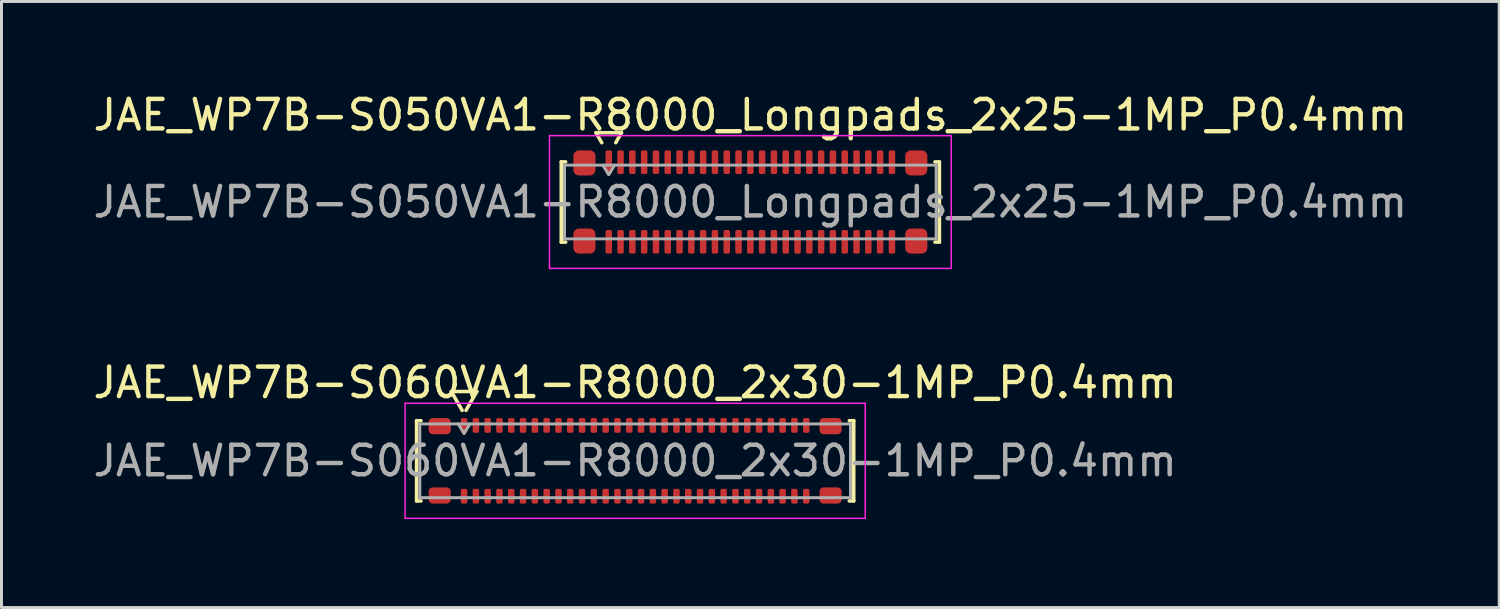
<source format=kicad_pcb>
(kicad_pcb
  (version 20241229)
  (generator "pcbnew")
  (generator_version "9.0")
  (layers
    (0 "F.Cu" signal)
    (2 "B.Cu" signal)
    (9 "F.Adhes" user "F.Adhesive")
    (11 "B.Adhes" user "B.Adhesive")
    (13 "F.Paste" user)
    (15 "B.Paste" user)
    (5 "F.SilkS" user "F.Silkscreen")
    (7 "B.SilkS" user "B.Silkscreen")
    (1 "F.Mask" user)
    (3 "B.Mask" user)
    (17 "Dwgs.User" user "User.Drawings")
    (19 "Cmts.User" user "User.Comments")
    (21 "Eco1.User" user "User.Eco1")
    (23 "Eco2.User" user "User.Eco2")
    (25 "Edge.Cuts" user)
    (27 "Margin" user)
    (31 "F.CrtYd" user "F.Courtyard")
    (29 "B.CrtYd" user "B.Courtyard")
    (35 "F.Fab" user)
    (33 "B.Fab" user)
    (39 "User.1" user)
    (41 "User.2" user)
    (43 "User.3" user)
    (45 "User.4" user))
  (footprint "JAE_WP7B-S050VA1-R8000_Longpads_2x25-1MP_P0.4mm"
    (layer "F.Cu")
    (at 22.387 3.798)
    (property "Reference" "JAE_WP7B-S050VA1-R8000_Longpads_2x25-1MP_P0.4mm" (at 0 -2.95 0) (layer "F.SilkS") (effects (font (size 1 1) (thickness 0.15))))
    (attr smd)
    (fp_line (start -6.41 -1.36) (end -6.26 -1.36) (stroke (width 0.12) (type solid)) (layer "F.SilkS"))
    (fp_line (start -6.41 1.36) (end -6.41 -1.36) (stroke (width 0.12) (type solid)) (layer "F.SilkS"))
    (fp_line (start -6.26 1.36) (end -6.41 1.36) (stroke (width 0.12) (type solid)) (layer "F.SilkS"))
    (fp_line (start -5.233 -2.35) (end -5.037 -2.01) (stroke (width 0.12) (type solid)) (layer "F.SilkS"))
    (fp_line (start -4.563 -2.01) (end -4.367 -2.35) (stroke (width 0.12) (type solid)) (layer "F.SilkS"))
    (fp_line (start -4.367 -2.35) (end -5.233 -2.35) (stroke (width 0.12) (type solid)) (layer "F.SilkS"))
    (fp_line (start 6.26 -1.36) (end 6.41 -1.36) (stroke (width 0.12) (type solid)) (layer "F.SilkS"))
    (fp_line (start 6.41 -1.36) (end 6.41 1.36) (stroke (width 0.12) (type solid)) (layer "F.SilkS"))
    (fp_line (start 6.41 1.36) (end 6.26 1.36) (stroke (width 0.12) (type solid)) (layer "F.SilkS"))
    (fp_line (start -6.81 -2.25) (end -6.81 2.25) (stroke (width 0.05) (type solid)) (layer "F.CrtYd"))
    (fp_line (start -6.81 2.25) (end 6.81 2.25) (stroke (width 0.05) (type solid)) (layer "F.CrtYd"))
    (fp_line (start 6.81 -2.25) (end -6.81 -2.25) (stroke (width 0.05) (type solid)) (layer "F.CrtYd"))
    (fp_line (start 6.81 2.25) (end 6.81 -2.25) (stroke (width 0.05) (type solid)) (layer "F.CrtYd"))
    (fp_line (start -6.3 -1.25) (end 6.3 -1.25) (stroke (width 0.1) (type solid)) (layer "F.Fab"))
    (fp_line (start -6.3 1.25) (end -6.3 -1.25) (stroke (width 0.1) (type solid)) (layer "F.Fab"))
    (fp_line (start -5 -1.25) (end -4.8 -0.93) (stroke (width 0.1) (type solid)) (layer "F.Fab"))
    (fp_line (start -4.8 -0.93) (end -4.6 -1.25) (stroke (width 0.1) (type solid)) (layer "F.Fab"))
    (fp_line (start 6.3 -1.25) (end 6.3 1.25) (stroke (width 0.1) (type solid)) (layer "F.Fab"))
    (fp_line (start 6.3 1.25) (end -6.3 1.25) (stroke (width 0.1) (type solid)) (layer "F.Fab"))
    (fp_text user "${REFERENCE}" (at 0 0 0) (layer "F.Fab") (effects (font (size 1 1) (thickness 0.15))))
    (pad "1" smd roundrect (at -4.8 -1.35) (size 0.22 0.8) (layers "F.Cu" "F.Mask" "F.Paste") (roundrect_rratio 0.25))
    (pad "2" smd roundrect (at -4.8 1.35) (size 0.22 0.8) (layers "F.Cu" "F.Mask" "F.Paste") (roundrect_rratio 0.25))
    (pad "3" smd roundrect (at -4.4 -1.35) (size 0.22 0.8) (layers "F.Cu" "F.Mask" "F.Paste") (roundrect_rratio 0.25))
    (pad "4" smd roundrect (at -4.4 1.35) (size 0.22 0.8) (layers "F.Cu" "F.Mask" "F.Paste") (roundrect_rratio 0.25))
    (pad "5" smd roundrect (at -4 -1.35) (size 0.22 0.8) (layers "F.Cu" "F.Mask" "F.Paste") (roundrect_rratio 0.25))
    (pad "6" smd roundrect (at -4 1.35) (size 0.22 0.8) (layers "F.Cu" "F.Mask" "F.Paste") (roundrect_rratio 0.25))
    (pad "7" smd roundrect (at -3.6 -1.35) (size 0.22 0.8) (layers "F.Cu" "F.Mask" "F.Paste") (roundrect_rratio 0.25))
    (pad "8" smd roundrect (at -3.6 1.35) (size 0.22 0.8) (layers "F.Cu" "F.Mask" "F.Paste") (roundrect_rratio 0.25))
    (pad "9" smd roundrect (at -3.2 -1.35) (size 0.22 0.8) (layers "F.Cu" "F.Mask" "F.Paste") (roundrect_rratio 0.25))
    (pad "10" smd roundrect (at -3.2 1.35) (size 0.22 0.8) (layers "F.Cu" "F.Mask" "F.Paste") (roundrect_rratio 0.25))
    (pad "11" smd roundrect (at -2.8 -1.35) (size 0.22 0.8) (layers "F.Cu" "F.Mask" "F.Paste") (roundrect_rratio 0.25))
    (pad "12" smd roundrect (at -2.8 1.35) (size 0.22 0.8) (layers "F.Cu" "F.Mask" "F.Paste") (roundrect_rratio 0.25))
    (pad "13" smd roundrect (at -2.4 -1.35) (size 0.22 0.8) (layers "F.Cu" "F.Mask" "F.Paste") (roundrect_rratio 0.25))
    (pad "14" smd roundrect (at -2.4 1.35) (size 0.22 0.8) (layers "F.Cu" "F.Mask" "F.Paste") (roundrect_rratio 0.25))
    (pad "15" smd roundrect (at -2 -1.35) (size 0.22 0.8) (layers "F.Cu" "F.Mask" "F.Paste") (roundrect_rratio 0.25))
    (pad "16" smd roundrect (at -2 1.35) (size 0.22 0.8) (layers "F.Cu" "F.Mask" "F.Paste") (roundrect_rratio 0.25))
    (pad "17" smd roundrect (at -1.6 -1.35) (size 0.22 0.8) (layers "F.Cu" "F.Mask" "F.Paste") (roundrect_rratio 0.25))
    (pad "18" smd roundrect (at -1.6 1.35) (size 0.22 0.8) (layers "F.Cu" "F.Mask" "F.Paste") (roundrect_rratio 0.25))
    (pad "19" smd roundrect (at -1.2 -1.35) (size 0.22 0.8) (layers "F.Cu" "F.Mask" "F.Paste") (roundrect_rratio 0.25))
    (pad "20" smd roundrect (at -1.2 1.35) (size 0.22 0.8) (layers "F.Cu" "F.Mask" "F.Paste") (roundrect_rratio 0.25))
    (pad "21" smd roundrect (at -0.8 -1.35) (size 0.22 0.8) (layers "F.Cu" "F.Mask" "F.Paste") (roundrect_rratio 0.25))
    (pad "22" smd roundrect (at -0.8 1.35) (size 0.22 0.8) (layers "F.Cu" "F.Mask" "F.Paste") (roundrect_rratio 0.25))
    (pad "23" smd roundrect (at -0.4 -1.35) (size 0.22 0.8) (layers "F.Cu" "F.Mask" "F.Paste") (roundrect_rratio 0.25))
    (pad "24" smd roundrect (at -0.4 1.35) (size 0.22 0.8) (layers "F.Cu" "F.Mask" "F.Paste") (roundrect_rratio 0.25))
    (pad "25" smd roundrect (at 0 -1.35) (size 0.22 0.8) (layers "F.Cu" "F.Mask" "F.Paste") (roundrect_rratio 0.25))
    (pad "26" smd roundrect (at 0 1.35) (size 0.22 0.8) (layers "F.Cu" "F.Mask" "F.Paste") (roundrect_rratio 0.25))
    (pad "27" smd roundrect (at 0.4 -1.35) (size 0.22 0.8) (layers "F.Cu" "F.Mask" "F.Paste") (roundrect_rratio 0.25))
    (pad "28" smd roundrect (at 0.4 1.35) (size 0.22 0.8) (layers "F.Cu" "F.Mask" "F.Paste") (roundrect_rratio 0.25))
    (pad "29" smd roundrect (at 0.8 -1.35) (size 0.22 0.8) (layers "F.Cu" "F.Mask" "F.Paste") (roundrect_rratio 0.25))
    (pad "30" smd roundrect (at 0.8 1.35) (size 0.22 0.8) (layers "F.Cu" "F.Mask" "F.Paste") (roundrect_rratio 0.25))
    (pad "31" smd roundrect (at 1.2 -1.35) (size 0.22 0.8) (layers "F.Cu" "F.Mask" "F.Paste") (roundrect_rratio 0.25))
    (pad "32" smd roundrect (at 1.2 1.35) (size 0.22 0.8) (layers "F.Cu" "F.Mask" "F.Paste") (roundrect_rratio 0.25))
    (pad "33" smd roundrect (at 1.6 -1.35) (size 0.22 0.8) (layers "F.Cu" "F.Mask" "F.Paste") (roundrect_rratio 0.25))
    (pad "34" smd roundrect (at 1.6 1.35) (size 0.22 0.8) (layers "F.Cu" "F.Mask" "F.Paste") (roundrect_rratio 0.25))
    (pad "35" smd roundrect (at 2 -1.35) (size 0.22 0.8) (layers "F.Cu" "F.Mask" "F.Paste") (roundrect_rratio 0.25))
    (pad "36" smd roundrect (at 2 1.35) (size 0.22 0.8) (layers "F.Cu" "F.Mask" "F.Paste") (roundrect_rratio 0.25))
    (pad "37" smd roundrect (at 2.4 -1.35) (size 0.22 0.8) (layers "F.Cu" "F.Mask" "F.Paste") (roundrect_rratio 0.25))
    (pad "38" smd roundrect (at 2.4 1.35) (size 0.22 0.8) (layers "F.Cu" "F.Mask" "F.Paste") (roundrect_rratio 0.25))
    (pad "39" smd roundrect (at 2.8 -1.35) (size 0.22 0.8) (layers "F.Cu" "F.Mask" "F.Paste") (roundrect_rratio 0.25))
    (pad "40" smd roundrect (at 2.8 1.35) (size 0.22 0.8) (layers "F.Cu" "F.Mask" "F.Paste") (roundrect_rratio 0.25))
    (pad "41" smd roundrect (at 3.2 -1.35) (size 0.22 0.8) (layers "F.Cu" "F.Mask" "F.Paste") (roundrect_rratio 0.25))
    (pad "42" smd roundrect (at 3.2 1.35) (size 0.22 0.8) (layers "F.Cu" "F.Mask" "F.Paste") (roundrect_rratio 0.25))
    (pad "43" smd roundrect (at 3.6 -1.35) (size 0.22 0.8) (layers "F.Cu" "F.Mask" "F.Paste") (roundrect_rratio 0.25))
    (pad "44" smd roundrect (at 3.6 1.35) (size 0.22 0.8) (layers "F.Cu" "F.Mask" "F.Paste") (roundrect_rratio 0.25))
    (pad "45" smd roundrect (at 4 -1.35) (size 0.22 0.8) (layers "F.Cu" "F.Mask" "F.Paste") (roundrect_rratio 0.25))
    (pad "46" smd roundrect (at 4 1.35) (size 0.22 0.8) (layers "F.Cu" "F.Mask" "F.Paste") (roundrect_rratio 0.25))
    (pad "47" smd roundrect (at 4.4 -1.35) (size 0.22 0.8) (layers "F.Cu" "F.Mask" "F.Paste") (roundrect_rratio 0.25))
    (pad "48" smd roundrect (at 4.4 1.35) (size 0.22 0.8) (layers "F.Cu" "F.Mask" "F.Paste") (roundrect_rratio 0.25))
    (pad "49" smd roundrect (at 4.8 -1.35) (size 0.22 0.8) (layers "F.Cu" "F.Mask" "F.Paste") (roundrect_rratio 0.25))
    (pad "50" smd roundrect (at 4.8 1.35) (size 0.22 0.8) (layers "F.Cu" "F.Mask" "F.Paste") (roundrect_rratio 0.25))
    (pad "MP" smd roundrect (at -5.625 -1.325) (size 0.75 0.85) (layers "F.Cu" "F.Mask" "F.Paste") (roundrect_rratio 0.25))
    (pad "MP" smd roundrect (at -5.625 1.325) (size 0.75 0.85) (layers "F.Cu" "F.Mask" "F.Paste") (roundrect_rratio 0.25))
    (pad "MP" smd roundrect (at 5.625 -1.325) (size 0.75 0.85) (layers "F.Cu" "F.Mask" "F.Paste") (roundrect_rratio 0.25))
    (pad "MP" smd roundrect (at 5.625 1.325) (size 0.75 0.85) (layers "F.Cu" "F.Mask" "F.Paste") (roundrect_rratio 0.25)))
  (footprint "JAE_WP7B-S060VA1-R8000_2x30-1MP_P0.4mm"
    (layer "F.Cu")
    (at 18.482 12.572)
    (property "Reference" "JAE_WP7B-S060VA1-R8000_2x30-1MP_P0.4mm" (at 0 -2.65 0) (layer "F.SilkS") (effects (font (size 1 1) (thickness 0.15))))
    (attr smd)
    (fp_line (start -7.41 -1.36) (end -7.26 -1.36) (stroke (width 0.12) (type solid)) (layer "F.SilkS"))
    (fp_line (start -7.41 1.36) (end -7.41 -1.36) (stroke (width 0.12) (type solid)) (layer "F.SilkS"))
    (fp_line (start -7.26 1.36) (end -7.41 1.36) (stroke (width 0.12) (type solid)) (layer "F.SilkS"))
    (fp_line (start -6.233 -2.35) (end -5.864 -1.71) (stroke (width 0.12) (type solid)) (layer "F.SilkS"))
    (fp_line (start -5.736 -1.71) (end -5.367 -2.35) (stroke (width 0.12) (type solid)) (layer "F.SilkS"))
    (fp_line (start -5.367 -2.35) (end -6.233 -2.35) (stroke (width 0.12) (type solid)) (layer "F.SilkS"))
    (fp_line (start 7.26 -1.36) (end 7.41 -1.36) (stroke (width 0.12) (type solid)) (layer "F.SilkS"))
    (fp_line (start 7.41 -1.36) (end 7.41 1.36) (stroke (width 0.12) (type solid)) (layer "F.SilkS"))
    (fp_line (start 7.41 1.36) (end 7.26 1.36) (stroke (width 0.12) (type solid)) (layer "F.SilkS"))
    (fp_line (start -7.8 -1.95) (end -7.8 1.95) (stroke (width 0.05) (type solid)) (layer "F.CrtYd"))
    (fp_line (start -7.8 1.95) (end 7.8 1.95) (stroke (width 0.05) (type solid)) (layer "F.CrtYd"))
    (fp_line (start 7.8 -1.95) (end -7.8 -1.95) (stroke (width 0.05) (type solid)) (layer "F.CrtYd"))
    (fp_line (start 7.8 1.95) (end 7.8 -1.95) (stroke (width 0.05) (type solid)) (layer "F.CrtYd"))
    (fp_line (start -7.3 -1.25) (end 7.3 -1.25) (stroke (width 0.1) (type solid)) (layer "F.Fab"))
    (fp_line (start -7.3 1.25) (end -7.3 -1.25) (stroke (width 0.1) (type solid)) (layer "F.Fab"))
    (fp_line (start -6 -1.25) (end -5.8 -0.93) (stroke (width 0.1) (type solid)) (layer "F.Fab"))
    (fp_line (start -5.8 -0.93) (end -5.6 -1.25) (stroke (width 0.1) (type solid)) (layer "F.Fab"))
    (fp_line (start 7.3 -1.25) (end 7.3 1.25) (stroke (width 0.1) (type solid)) (layer "F.Fab"))
    (fp_line (start 7.3 1.25) (end -7.3 1.25) (stroke (width 0.1) (type solid)) (layer "F.Fab"))
    (fp_text user "${REFERENCE}" (at 0 0 0) (layer "F.Fab") (effects (font (size 1 1) (thickness 0.15))))
    (pad "1" smd roundrect (at -5.8 -1.2) (size 0.22 0.5) (layers "F.Cu" "F.Mask" "F.Paste") (roundrect_rratio 0.25))
    (pad "2" smd roundrect (at -5.8 1.2) (size 0.22 0.5) (layers "F.Cu" "F.Mask" "F.Paste") (roundrect_rratio 0.25))
    (pad "3" smd roundrect (at -5.4 -1.2) (size 0.22 0.5) (layers "F.Cu" "F.Mask" "F.Paste") (roundrect_rratio 0.25))
    (pad "4" smd roundrect (at -5.4 1.2) (size 0.22 0.5) (layers "F.Cu" "F.Mask" "F.Paste") (roundrect_rratio 0.25))
    (pad "5" smd roundrect (at -5 -1.2) (size 0.22 0.5) (layers "F.Cu" "F.Mask" "F.Paste") (roundrect_rratio 0.25))
    (pad "6" smd roundrect (at -5 1.2) (size 0.22 0.5) (layers "F.Cu" "F.Mask" "F.Paste") (roundrect_rratio 0.25))
    (pad "7" smd roundrect (at -4.6 -1.2) (size 0.22 0.5) (layers "F.Cu" "F.Mask" "F.Paste") (roundrect_rratio 0.25))
    (pad "8" smd roundrect (at -4.6 1.2) (size 0.22 0.5) (layers "F.Cu" "F.Mask" "F.Paste") (roundrect_rratio 0.25))
    (pad "9" smd roundrect (at -4.2 -1.2) (size 0.22 0.5) (layers "F.Cu" "F.Mask" "F.Paste") (roundrect_rratio 0.25))
    (pad "10" smd roundrect (at -4.2 1.2) (size 0.22 0.5) (layers "F.Cu" "F.Mask" "F.Paste") (roundrect_rratio 0.25))
    (pad "11" smd roundrect (at -3.8 -1.2) (size 0.22 0.5) (layers "F.Cu" "F.Mask" "F.Paste") (roundrect_rratio 0.25))
    (pad "12" smd roundrect (at -3.8 1.2) (size 0.22 0.5) (layers "F.Cu" "F.Mask" "F.Paste") (roundrect_rratio 0.25))
    (pad "13" smd roundrect (at -3.4 -1.2) (size 0.22 0.5) (layers "F.Cu" "F.Mask" "F.Paste") (roundrect_rratio 0.25))
    (pad "14" smd roundrect (at -3.4 1.2) (size 0.22 0.5) (layers "F.Cu" "F.Mask" "F.Paste") (roundrect_rratio 0.25))
    (pad "15" smd roundrect (at -3 -1.2) (size 0.22 0.5) (layers "F.Cu" "F.Mask" "F.Paste") (roundrect_rratio 0.25))
    (pad "16" smd roundrect (at -3 1.2) (size 0.22 0.5) (layers "F.Cu" "F.Mask" "F.Paste") (roundrect_rratio 0.25))
    (pad "17" smd roundrect (at -2.6 -1.2) (size 0.22 0.5) (layers "F.Cu" "F.Mask" "F.Paste") (roundrect_rratio 0.25))
    (pad "18" smd roundrect (at -2.6 1.2) (size 0.22 0.5) (layers "F.Cu" "F.Mask" "F.Paste") (roundrect_rratio 0.25))
    (pad "19" smd roundrect (at -2.2 -1.2) (size 0.22 0.5) (layers "F.Cu" "F.Mask" "F.Paste") (roundrect_rratio 0.25))
    (pad "20" smd roundrect (at -2.2 1.2) (size 0.22 0.5) (layers "F.Cu" "F.Mask" "F.Paste") (roundrect_rratio 0.25))
    (pad "21" smd roundrect (at -1.8 -1.2) (size 0.22 0.5) (layers "F.Cu" "F.Mask" "F.Paste") (roundrect_rratio 0.25))
    (pad "22" smd roundrect (at -1.8 1.2) (size 0.22 0.5) (layers "F.Cu" "F.Mask" "F.Paste") (roundrect_rratio 0.25))
    (pad "23" smd roundrect (at -1.4 -1.2) (size 0.22 0.5) (layers "F.Cu" "F.Mask" "F.Paste") (roundrect_rratio 0.25))
    (pad "24" smd roundrect (at -1.4 1.2) (size 0.22 0.5) (layers "F.Cu" "F.Mask" "F.Paste") (roundrect_rratio 0.25))
    (pad "25" smd roundrect (at -1 -1.2) (size 0.22 0.5) (layers "F.Cu" "F.Mask" "F.Paste") (roundrect_rratio 0.25))
    (pad "26" smd roundrect (at -1 1.2) (size 0.22 0.5) (layers "F.Cu" "F.Mask" "F.Paste") (roundrect_rratio 0.25))
    (pad "27" smd roundrect (at -0.6 -1.2) (size 0.22 0.5) (layers "F.Cu" "F.Mask" "F.Paste") (roundrect_rratio 0.25))
    (pad "28" smd roundrect (at -0.6 1.2) (size 0.22 0.5) (layers "F.Cu" "F.Mask" "F.Paste") (roundrect_rratio 0.25))
    (pad "29" smd roundrect (at -0.2 -1.2) (size 0.22 0.5) (layers "F.Cu" "F.Mask" "F.Paste") (roundrect_rratio 0.25))
    (pad "30" smd roundrect (at -0.2 1.2) (size 0.22 0.5) (layers "F.Cu" "F.Mask" "F.Paste") (roundrect_rratio 0.25))
    (pad "31" smd roundrect (at 0.2 -1.2) (size 0.22 0.5) (layers "F.Cu" "F.Mask" "F.Paste") (roundrect_rratio 0.25))
    (pad "32" smd roundrect (at 0.2 1.2) (size 0.22 0.5) (layers "F.Cu" "F.Mask" "F.Paste") (roundrect_rratio 0.25))
    (pad "33" smd roundrect (at 0.6 -1.2) (size 0.22 0.5) (layers "F.Cu" "F.Mask" "F.Paste") (roundrect_rratio 0.25))
    (pad "34" smd roundrect (at 0.6 1.2) (size 0.22 0.5) (layers "F.Cu" "F.Mask" "F.Paste") (roundrect_rratio 0.25))
    (pad "35" smd roundrect (at 1 -1.2) (size 0.22 0.5) (layers "F.Cu" "F.Mask" "F.Paste") (roundrect_rratio 0.25))
    (pad "36" smd roundrect (at 1 1.2) (size 0.22 0.5) (layers "F.Cu" "F.Mask" "F.Paste") (roundrect_rratio 0.25))
    (pad "37" smd roundrect (at 1.4 -1.2) (size 0.22 0.5) (layers "F.Cu" "F.Mask" "F.Paste") (roundrect_rratio 0.25))
    (pad "38" smd roundrect (at 1.4 1.2) (size 0.22 0.5) (layers "F.Cu" "F.Mask" "F.Paste") (roundrect_rratio 0.25))
    (pad "39" smd roundrect (at 1.8 -1.2) (size 0.22 0.5) (layers "F.Cu" "F.Mask" "F.Paste") (roundrect_rratio 0.25))
    (pad "40" smd roundrect (at 1.8 1.2) (size 0.22 0.5) (layers "F.Cu" "F.Mask" "F.Paste") (roundrect_rratio 0.25))
    (pad "41" smd roundrect (at 2.2 -1.2) (size 0.22 0.5) (layers "F.Cu" "F.Mask" "F.Paste") (roundrect_rratio 0.25))
    (pad "42" smd roundrect (at 2.2 1.2) (size 0.22 0.5) (layers "F.Cu" "F.Mask" "F.Paste") (roundrect_rratio 0.25))
    (pad "43" smd roundrect (at 2.6 -1.2) (size 0.22 0.5) (layers "F.Cu" "F.Mask" "F.Paste") (roundrect_rratio 0.25))
    (pad "44" smd roundrect (at 2.6 1.2) (size 0.22 0.5) (layers "F.Cu" "F.Mask" "F.Paste") (roundrect_rratio 0.25))
    (pad "45" smd roundrect (at 3 -1.2) (size 0.22 0.5) (layers "F.Cu" "F.Mask" "F.Paste") (roundrect_rratio 0.25))
    (pad "46" smd roundrect (at 3 1.2) (size 0.22 0.5) (layers "F.Cu" "F.Mask" "F.Paste") (roundrect_rratio 0.25))
    (pad "47" smd roundrect (at 3.4 -1.2) (size 0.22 0.5) (layers "F.Cu" "F.Mask" "F.Paste") (roundrect_rratio 0.25))
    (pad "48" smd roundrect (at 3.4 1.2) (size 0.22 0.5) (layers "F.Cu" "F.Mask" "F.Paste") (roundrect_rratio 0.25))
    (pad "49" smd roundrect (at 3.8 -1.2) (size 0.22 0.5) (layers "F.Cu" "F.Mask" "F.Paste") (roundrect_rratio 0.25))
    (pad "50" smd roundrect (at 3.8 1.2) (size 0.22 0.5) (layers "F.Cu" "F.Mask" "F.Paste") (roundrect_rratio 0.25))
    (pad "51" smd roundrect (at 4.2 -1.2) (size 0.22 0.5) (layers "F.Cu" "F.Mask" "F.Paste") (roundrect_rratio 0.25))
    (pad "52" smd roundrect (at 4.2 1.2) (size 0.22 0.5) (layers "F.Cu" "F.Mask" "F.Paste") (roundrect_rratio 0.25))
    (pad "53" smd roundrect (at 4.6 -1.2) (size 0.22 0.5) (layers "F.Cu" "F.Mask" "F.Paste") (roundrect_rratio 0.25))
    (pad "54" smd roundrect (at 4.6 1.2) (size 0.22 0.5) (layers "F.Cu" "F.Mask" "F.Paste") (roundrect_rratio 0.25))
    (pad "55" smd roundrect (at 5 -1.2) (size 0.22 0.5) (layers "F.Cu" "F.Mask" "F.Paste") (roundrect_rratio 0.25))
    (pad "56" smd roundrect (at 5 1.2) (size 0.22 0.5) (layers "F.Cu" "F.Mask" "F.Paste") (roundrect_rratio 0.25))
    (pad "57" smd roundrect (at 5.4 -1.2) (size 0.22 0.5) (layers "F.Cu" "F.Mask" "F.Paste") (roundrect_rratio 0.25))
    (pad "58" smd roundrect (at 5.4 1.2) (size 0.22 0.5) (layers "F.Cu" "F.Mask" "F.Paste") (roundrect_rratio 0.25))
    (pad "59" smd roundrect (at 5.8 -1.2) (size 0.22 0.5) (layers "F.Cu" "F.Mask" "F.Paste") (roundrect_rratio 0.25))
    (pad "60" smd roundrect (at 5.8 1.2) (size 0.22 0.5) (layers "F.Cu" "F.Mask" "F.Paste") (roundrect_rratio 0.25))
    (pad "MP" smd roundrect (at -6.625 -1.175) (size 0.75 0.55) (layers "F.Cu" "F.Mask" "F.Paste") (roundrect_rratio 0.25))
    (pad "MP" smd roundrect (at -6.625 1.175) (size 0.75 0.55) (layers "F.Cu" "F.Mask" "F.Paste") (roundrect_rratio 0.25))
    (pad "MP" smd roundrect (at 6.625 -1.175) (size 0.75 0.55) (layers "F.Cu" "F.Mask" "F.Paste") (roundrect_rratio 0.25))
    (pad "MP" smd roundrect (at 6.625 1.175) (size 0.75 0.55) (layers "F.Cu" "F.Mask" "F.Paste") (roundrect_rratio 0.25)))
  (gr_rect
    (start -3 -3)
    (end 47.774 17.547)
    (stroke (width 0.1) (type default))
    (fill no)
    (layer "Edge.Cuts")))
</source>
